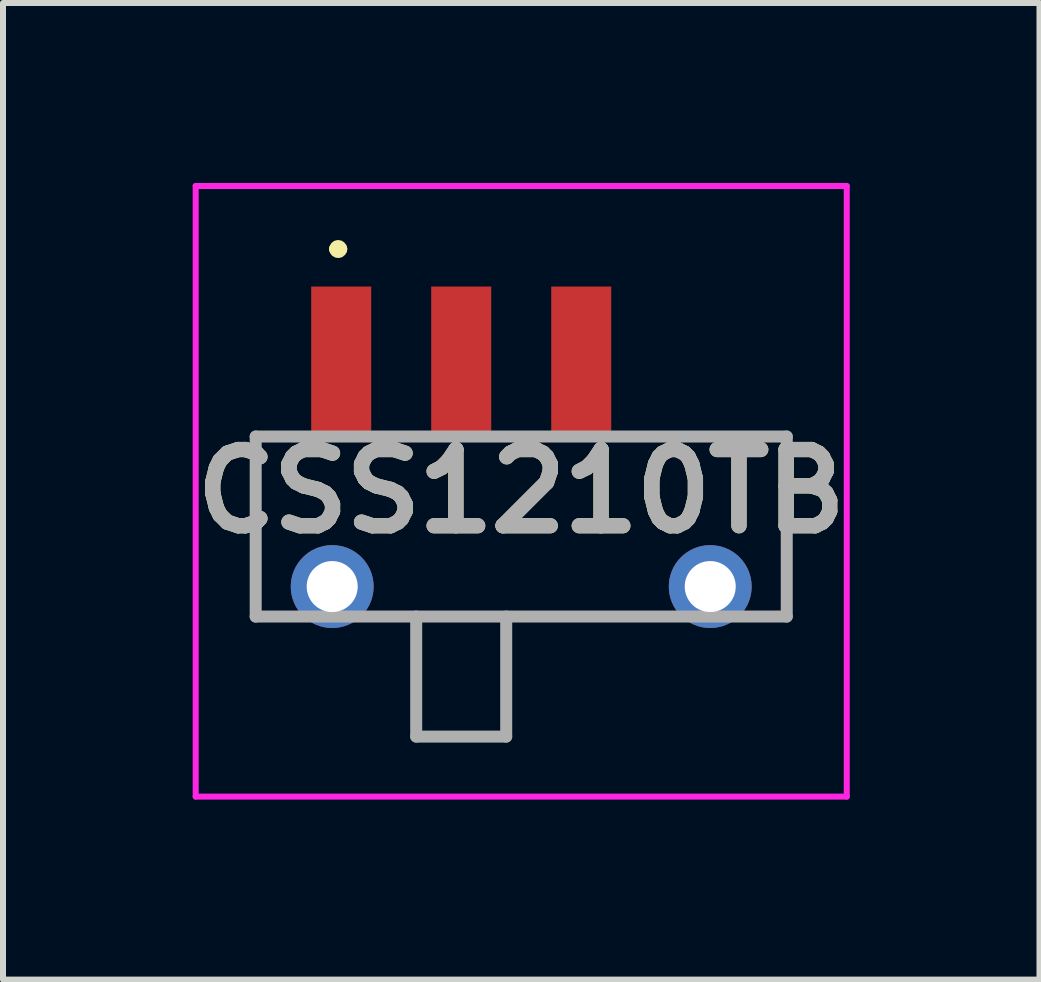
<source format=kicad_pcb>
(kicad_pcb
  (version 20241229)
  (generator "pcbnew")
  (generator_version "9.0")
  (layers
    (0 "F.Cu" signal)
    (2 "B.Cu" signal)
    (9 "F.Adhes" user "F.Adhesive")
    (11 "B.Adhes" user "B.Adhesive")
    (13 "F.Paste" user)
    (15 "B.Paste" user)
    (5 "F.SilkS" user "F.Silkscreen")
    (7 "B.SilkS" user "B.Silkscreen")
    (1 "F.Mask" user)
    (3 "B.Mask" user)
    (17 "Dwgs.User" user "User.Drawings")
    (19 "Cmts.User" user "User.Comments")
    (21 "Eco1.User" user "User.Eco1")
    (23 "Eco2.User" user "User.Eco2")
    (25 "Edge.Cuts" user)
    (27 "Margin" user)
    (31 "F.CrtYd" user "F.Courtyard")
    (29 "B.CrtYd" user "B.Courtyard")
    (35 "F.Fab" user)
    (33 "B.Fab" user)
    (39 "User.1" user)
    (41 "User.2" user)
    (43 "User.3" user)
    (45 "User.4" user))
  (footprint "CSS1210TB"
    (layer "F.Cu")
    (at 5.636 6.1)
    (property "Reference" "CSS1210TB" (at 0 -0.963 0) (layer "F.SilkS") (effects (font (size 1.27 1.27) (thickness 0.254))))
    (attr through_hole)
    (fp_line (start -4.425 -1.875) (end -4.425 1.125) (stroke (width 0.1) (type solid)) (layer "F.SilkS"))
    (fp_line (start -4.425 1.125) (end -4 1.125) (stroke (width 0.1) (type solid)) (layer "F.SilkS"))
    (fp_line (start -4 -1.875) (end -4.425 -1.875) (stroke (width 0.1) (type solid)) (layer "F.SilkS"))
    (fp_line (start -3.1 -5) (end -3.1 -5) (stroke (width 0.2) (type solid)) (layer "F.SilkS"))
    (fp_line (start -3 -5) (end -3 -5) (stroke (width 0.2) (type solid)) (layer "F.SilkS"))
    (fp_line (start -2 1.125) (end 2 1.125) (stroke (width 0.1) (type solid)) (layer "F.SilkS"))
    (fp_line (start -1.75 1.125) (end -1.75 3.125) (stroke (width 0.1) (type solid)) (layer "F.SilkS"))
    (fp_line (start -1.75 3.125) (end -0.25 3.125) (stroke (width 0.1) (type solid)) (layer "F.SilkS"))
    (fp_line (start -0.25 3.125) (end -0.25 1.125) (stroke (width 0.1) (type solid)) (layer "F.SilkS"))
    (fp_line (start 2 -1.875) (end 4.425 -1.875) (stroke (width 0.1) (type solid)) (layer "F.SilkS"))
    (fp_line (start 4.425 -1.875) (end 4.425 1.125) (stroke (width 0.1) (type solid)) (layer "F.SilkS"))
    (fp_line (start 4.425 1.125) (end 4 1.125) (stroke (width 0.1) (type solid)) (layer "F.SilkS"))
    (fp_arc (start -3.1 -5) (mid -3.05 -5.05) (end -3 -5) (stroke (width 0.2) (type solid)) (layer "F.SilkS"))
    (fp_arc (start -3 -5) (mid -3.05 -4.95) (end -3.1 -5) (stroke (width 0.2) (type solid)) (layer "F.SilkS"))
    (fp_line (start -5.425 -6.05) (end 5.425 -6.05) (stroke (width 0.1) (type solid)) (layer "F.CrtYd"))
    (fp_line (start -5.425 4.125) (end -5.425 -6.05) (stroke (width 0.1) (type solid)) (layer "F.CrtYd"))
    (fp_line (start 5.425 -6.05) (end 5.425 4.125) (stroke (width 0.1) (type solid)) (layer "F.CrtYd"))
    (fp_line (start 5.425 4.125) (end -5.425 4.125) (stroke (width 0.1) (type solid)) (layer "F.CrtYd"))
    (fp_line (start -4.425 -1.875) (end 4.425 -1.875) (stroke (width 0.2) (type solid)) (layer "F.Fab"))
    (fp_line (start -4.425 1.125) (end -4.425 -1.875) (stroke (width 0.2) (type solid)) (layer "F.Fab"))
    (fp_line (start -1.75 1.125) (end -1.75 3.125) (stroke (width 0.2) (type solid)) (layer "F.Fab"))
    (fp_line (start -1.75 3.125) (end -0.25 3.125) (stroke (width 0.2) (type solid)) (layer "F.Fab"))
    (fp_line (start -0.25 3.125) (end -0.25 1.125) (stroke (width 0.2) (type solid)) (layer "F.Fab"))
    (fp_line (start 4.425 -1.875) (end 4.425 1.125) (stroke (width 0.2) (type solid)) (layer "F.Fab"))
    (fp_line (start 4.425 1.125) (end -4.425 1.125) (stroke (width 0.2) (type solid)) (layer "F.Fab"))
    (fp_text user "${REFERENCE}" (at 0 -0.963 0) (layer "F.Fab") (effects (font (size 1.27 1.27) (thickness 0.254))))
    (pad "1" smd rect (at -3 -3.125) (size 1 2.5) (layers "F.Cu" "F.Mask" "F.Paste"))
    (pad "2" smd rect (at -1 -3.125) (size 1 2.5) (layers "F.Cu" "F.Mask" "F.Paste"))
    (pad "3" smd rect (at 1 -3.125) (size 1 2.5) (layers "F.Cu" "F.Mask" "F.Paste"))
    (pad "MH1" thru_hole circle (at -3.15 0.625) (size 1.381 1.381) (drill 0.85) (layers "*.Cu" "*.Mask"))
    (pad "MH2" thru_hole circle (at 3.15 0.625) (size 1.381 1.381) (drill 0.85) (layers "*.Cu" "*.Mask")))
  (gr_rect
    (start -3 -3)
    (end 14.273 13.275)
    (stroke (width 0.1) (type default))
    (fill no)
    (layer "Edge.Cuts")))
</source>
